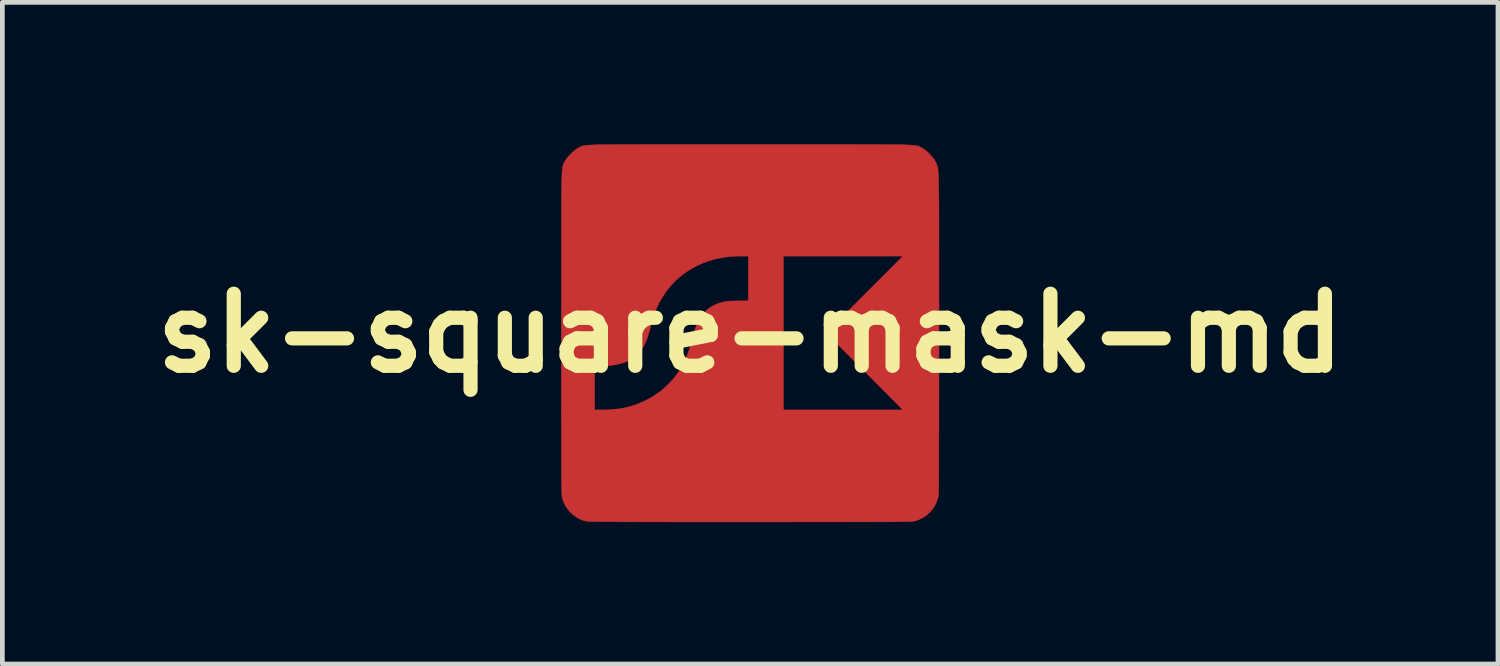
<source format=kicad_pcb>
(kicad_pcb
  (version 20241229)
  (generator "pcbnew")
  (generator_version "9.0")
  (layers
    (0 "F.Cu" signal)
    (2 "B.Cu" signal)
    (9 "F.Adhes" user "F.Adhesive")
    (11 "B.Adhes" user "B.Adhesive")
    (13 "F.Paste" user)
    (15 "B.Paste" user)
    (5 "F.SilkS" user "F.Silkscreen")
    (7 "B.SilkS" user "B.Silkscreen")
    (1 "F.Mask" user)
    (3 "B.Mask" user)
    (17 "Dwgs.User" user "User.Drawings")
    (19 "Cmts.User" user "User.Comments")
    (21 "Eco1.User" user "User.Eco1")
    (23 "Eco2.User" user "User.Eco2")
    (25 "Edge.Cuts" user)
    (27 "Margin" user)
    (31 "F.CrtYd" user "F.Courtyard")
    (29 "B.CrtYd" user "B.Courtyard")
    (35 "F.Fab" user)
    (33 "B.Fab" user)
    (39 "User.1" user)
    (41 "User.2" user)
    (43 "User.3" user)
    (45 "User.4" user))
  (footprint "sk-square-mask-md"
    (layer "F.Cu")
    (at 12.816 3.997)
    (property "Reference" "sk-square-mask-md" (at 0 0 0) (layer "F.SilkS") (effects (font (size 1.524 1.524) (thickness 0.3))))
    (attr through_hole)
    (fp_poly (pts (xy 0.125 -3.992) (xy 0.257 -3.992) (xy 0.389 -3.992) (xy 0.52 -3.992) (xy 0.65 -3.992) (xy 0.779 -3.992) (xy 0.907 -3.992) (xy 1.034 -3.992) (xy 1.159 -3.992) (xy 1.282 -3.992) (xy 1.403 -3.992) (xy 1.522 -3.991) (xy 1.638 -3.991) (xy 1.752 -3.991) (xy 1.862 -3.991) (xy 1.97 -3.991) (xy 2.074 -3.991) (xy 2.175 -3.991) (xy 2.272 -3.991) (xy 2.365 -3.99) (xy 2.453 -3.99) (xy 2.538 -3.99) (xy 2.618 -3.99) (xy 2.693 -3.99) (xy 2.763 -3.989) (xy 2.828 -3.989) (xy 2.888 -3.989) (xy 2.942 -3.989) (xy 2.99 -3.988) (xy 3.032 -3.988) (xy 3.068 -3.988) (xy 3.097 -3.988) (xy 3.12 -3.987) (xy 3.134 -3.987) (xy 3.199 -3.986) (xy 3.257 -3.984) (xy 3.309 -3.982) (xy 3.355 -3.98) (xy 3.395 -3.978) (xy 3.431 -3.975) (xy 3.462 -3.973) (xy 3.489 -3.97) (xy 3.512 -3.966) (xy 3.532 -3.963) (xy 3.544 -3.96) (xy 3.565 -3.953) (xy 3.59 -3.942) (xy 3.618 -3.928) (xy 3.646 -3.911) (xy 3.675 -3.892) (xy 3.699 -3.875) (xy 3.724 -3.855) (xy 3.752 -3.83) (xy 3.781 -3.802) (xy 3.81 -3.772) (xy 3.837 -3.742) (xy 3.861 -3.713) (xy 3.882 -3.686) (xy 3.889 -3.676) (xy 3.902 -3.656) (xy 3.915 -3.633) (xy 3.927 -3.609) (xy 3.939 -3.586) (xy 3.949 -3.564) (xy 3.956 -3.545) (xy 3.958 -3.538) (xy 3.961 -3.525) (xy 3.964 -3.51) (xy 3.967 -3.494) (xy 3.97 -3.477) (xy 3.972 -3.457) (xy 3.974 -3.435) (xy 3.976 -3.41) (xy 3.978 -3.382) (xy 3.98 -3.351) (xy 3.981 -3.316) (xy 3.982 -3.277) (xy 3.984 -3.233) (xy 3.985 -3.184) (xy 3.986 -3.131) (xy 3.987 -3.071) (xy 3.988 -3.006) (xy 3.989 -2.935) (xy 3.99 -2.857) (xy 3.99 -2.82) (xy 3.99 -2.795) (xy 3.991 -2.764) (xy 3.991 -2.726) (xy 3.991 -2.682) (xy 3.991 -2.632) (xy 3.991 -2.577) (xy 3.992 -2.516) (xy 3.992 -2.449) (xy 3.992 -2.378) (xy 3.992 -2.302) (xy 3.992 -2.221) (xy 3.992 -2.136) (xy 3.992 -2.047) (xy 3.992 -1.954) (xy 3.992 -1.856) (xy 3.993 -1.756) (xy 3.993 -1.652) (xy 3.993 -1.544) (xy 3.993 -1.434) (xy 3.993 -1.321) (xy 3.993 -1.206) (xy 3.993 -1.088) (xy 3.993 -0.968) (xy 3.993 -0.846) (xy 3.993 -0.723) (xy 3.993 -0.598) (xy 3.993 -0.472) (xy 3.993 -0.344) (xy 3.993 -0.216) (xy 3.993 -0.087) (xy 3.993 0.042) (xy 3.993 0.172) (xy 3.993 0.301) (xy 3.992 0.431) (xy 3.992 0.56) (xy 3.992 0.688) (xy 3.992 0.816) (xy 3.992 0.943) (xy 3.992 1.068) (xy 3.992 1.192) (xy 3.992 1.314) (xy 3.992 1.435) (xy 3.991 1.554) (xy 3.991 1.67) (xy 3.991 1.783) (xy 3.991 1.895) (xy 3.991 2.003) (xy 3.991 2.108) (xy 3.99 2.21) (xy 3.99 2.308) (xy 3.99 2.403) (xy 3.99 2.493) (xy 3.99 2.58) (xy 3.99 2.662) (xy 3.989 2.739) (xy 3.989 2.812) (xy 3.989 2.88) (xy 3.989 2.943) (xy 3.989 3) (xy 3.988 3.052) (xy 3.988 3.098) (xy 3.988 3.138) (xy 3.988 3.171) (xy 3.987 3.199) (xy 3.987 3.219) (xy 3.987 3.233) (xy 3.986 3.279) (xy 3.985 3.318) (xy 3.983 3.352) (xy 3.982 3.381) (xy 3.981 3.405) (xy 3.979 3.426) (xy 3.978 3.444) (xy 3.975 3.46) (xy 3.973 3.474) (xy 3.97 3.487) (xy 3.966 3.499) (xy 3.962 3.512) (xy 3.96 3.521) (xy 3.934 3.587) (xy 3.903 3.649) (xy 3.866 3.707) (xy 3.824 3.76) (xy 3.777 3.809) (xy 3.725 3.853) (xy 3.669 3.892) (xy 3.608 3.925) (xy 3.544 3.952) (xy 3.518 3.962) (xy 3.504 3.966) (xy 3.49 3.97) (xy 3.476 3.973) (xy 3.462 3.976) (xy 3.446 3.978) (xy 3.428 3.98) (xy 3.407 3.982) (xy 3.382 3.983) (xy 3.352 3.984) (xy 3.317 3.986) (xy 3.277 3.987) (xy 3.266 3.987) (xy 3.248 3.987) (xy 3.224 3.988) (xy 3.193 3.988) (xy 3.155 3.988) (xy 3.112 3.988) (xy 3.063 3.988) (xy 3.008 3.989) (xy 2.948 3.989) (xy 2.883 3.989) (xy 2.812 3.989) (xy 2.737 3.989) (xy 2.657 3.989) (xy 2.573 3.99) (xy 2.485 3.99) (xy 2.393 3.99) (xy 2.297 3.99) (xy 2.197 3.99) (xy 2.095 3.99) (xy 1.989 3.991) (xy 1.88 3.991) (xy 1.768 3.991) (xy 1.654 3.991) (xy 1.537 3.991) (xy 1.419 3.991) (xy 1.298 3.991) (xy 1.176 3.991) (xy 1.052 3.991) (xy 0.927 3.991) (xy 0.801 3.992) (xy 0.674 3.992) (xy 0.547 3.992) (xy 0.418 3.992) (xy 0.29 3.992) (xy 0.162 3.992) (xy 0.034 3.992) (xy -0.094 3.992) (xy -0.222 3.992) (xy -0.348 3.992) (xy -0.474 3.992) (xy -0.598 3.992) (xy -0.721 3.992) (xy -0.842 3.992) (xy -0.962 3.992) (xy -1.079 3.992) (xy -1.195 3.992) (xy -1.307 3.992) (xy -1.418 3.992) (xy -1.525 3.992) (xy -1.629 3.992) (xy -1.731 3.991) (xy -1.828 3.991) (xy -1.922 3.991) (xy -2.012 3.991) (xy -2.098 3.991) (xy -2.18 3.991) (xy -2.257 3.991) (xy -2.33 3.991) (xy -2.398 3.99) (xy -2.46 3.99) (xy -2.518 3.99) (xy -2.569 3.99) (xy -2.615 3.99) (xy -2.621 3.99) (xy -2.714 3.989) (xy -2.801 3.989) (xy -2.88 3.988) (xy -2.954 3.988) (xy -3.022 3.987) (xy -3.083 3.987) (xy -3.14 3.986) (xy -3.191 3.986) (xy -3.237 3.985) (xy -3.278 3.984) (xy -3.315 3.983) (xy -3.347 3.983) (xy -3.376 3.982) (xy -3.401 3.981) (xy -3.422 3.98) (xy -3.441 3.978) (xy -3.456 3.977) (xy -3.469 3.976) (xy -3.479 3.975) (xy -3.487 3.973) (xy -3.491 3.972) (xy -3.551 3.953) (xy -3.61 3.928) (xy -3.666 3.896) (xy -3.72 3.859) (xy -3.771 3.818) (xy -3.817 3.771) (xy -3.859 3.721) (xy -3.896 3.667) (xy -3.928 3.611) (xy -3.954 3.551) (xy -3.959 3.537) (xy -3.963 3.526) (xy -3.966 3.516) (xy -3.969 3.506) (xy -3.971 3.496) (xy -3.974 3.485) (xy -3.976 3.472) (xy -3.978 3.458) (xy -3.979 3.442) (xy -3.981 3.424) (xy -3.982 3.403) (xy -3.983 3.379) (xy -3.984 3.352) (xy -3.985 3.321) (xy -3.986 3.285) (xy -3.986 3.245) (xy -3.987 3.2) (xy -3.988 3.15) (xy -3.988 3.094) (xy -3.989 3.031) (xy -3.99 2.963) (xy -3.99 2.926) (xy -3.99 2.896) (xy -3.991 2.86) (xy -3.991 2.818) (xy -3.991 2.77) (xy -3.991 2.716) (xy -3.991 2.656) (xy -3.991 2.592) (xy -3.992 2.522) (xy -3.992 2.447) (xy -3.992 2.367) (xy -3.992 2.283) (xy -3.992 2.195) (xy -3.992 2.103) (xy -3.992 2.007) (xy -3.993 1.907) (xy -3.993 1.804) (xy -3.993 1.697) (xy -3.993 1.588) (xy -3.993 1.475) (xy -3.993 1.36) (xy -3.993 1.243) (xy -3.993 1.123) (xy -3.993 1.001) (xy -3.993 0.878) (xy -3.993 0.753) (xy -3.993 0.727) (xy -3.291 0.727) (xy -3.291 1.623) (xy -3.158 1.623) (xy -3.125 1.623) (xy -3.091 1.622) (xy -3.058 1.622) (xy -3.026 1.621) (xy -2.998 1.621) (xy -2.975 1.62) (xy -2.962 1.619) (xy -2.845 1.609) (xy -2.729 1.593) (xy -2.616 1.57) (xy -2.505 1.54) (xy -2.397 1.504) (xy -2.291 1.461) (xy -2.188 1.412) (xy -2.088 1.357) (xy -1.991 1.295) (xy -1.898 1.228) (xy -1.845 1.185) (xy -1.825 1.168) (xy -1.801 1.147) (xy -1.775 1.122) (xy -1.748 1.095) (xy -1.72 1.068) (xy -1.693 1.04) (xy -1.669 1.014) (xy -1.647 0.991) (xy -1.632 0.974) (xy -1.572 0.899) (xy -1.516 0.821) (xy -1.465 0.74) (xy -1.418 0.655) (xy -1.375 0.566) (xy -1.336 0.471) (xy -1.299 0.371) (xy -1.296 0.362) (xy -1.289 0.338) (xy -1.282 0.316) (xy -1.275 0.295) (xy -1.269 0.274) (xy -1.262 0.251) (xy -1.255 0.225) (xy -1.247 0.196) (xy -1.238 0.161) (xy -1.229 0.129) (xy -1.213 0.067) (xy -1.195 0.008) (xy -1.178 -0.047) (xy -1.161 -0.096) (xy -1.145 -0.139) (xy -1.14 -0.151) (xy -1.105 -0.227) (xy -1.068 -0.296) (xy -1.028 -0.359) (xy -0.985 -0.416) (xy -0.938 -0.467) (xy -0.888 -0.512) (xy -0.834 -0.552) (xy -0.776 -0.586) (xy -0.715 -0.615) (xy -0.649 -0.638) (xy -0.578 -0.657) (xy -0.54 -0.665) (xy -0.519 -0.668) (xy -0.5 -0.671) (xy -0.481 -0.674) (xy -0.461 -0.676) (xy -0.44 -0.678) (xy -0.416 -0.679) (xy -0.39 -0.681) (xy -0.359 -0.681) (xy -0.324 -0.682) (xy -0.284 -0.683) (xy -0.238 -0.683) (xy -0.227 -0.683) (xy -0.039 -0.685) (xy -0.039 -1.63) (xy 0.702 -1.63) (xy 0.702 1.623) (xy 3.232 1.623) (xy 2.939 1.327) (xy 2.906 1.294) (xy 2.868 1.256) (xy 2.826 1.214) (xy 2.781 1.168) (xy 2.732 1.119) (xy 2.68 1.067) (xy 2.626 1.013) (xy 2.57 0.957) (xy 2.513 0.899) (xy 2.455 0.841) (xy 2.396 0.782) (xy 2.337 0.723) (xy 2.279 0.664) (xy 2.221 0.607) (xy 2.164 0.55) (xy 2.127 0.513) (xy 1.609 -0.005) (xy 2.421 -0.818) (xy 3.233 -1.63) (xy 0.702 -1.63) (xy -0.039 -1.63) (xy -0.167 -1.63) (xy -0.228 -1.63) (xy -0.283 -1.629) (xy -0.334 -1.627) (xy -0.381 -1.624) (xy -0.427 -1.62) (xy -0.472 -1.616) (xy -0.517 -1.61) (xy -0.564 -1.603) (xy -0.575 -1.601) (xy -0.689 -1.58) (xy -0.8 -1.552) (xy -0.909 -1.518) (xy -1.014 -1.478) (xy -1.116 -1.433) (xy -1.214 -1.382) (xy -1.308 -1.325) (xy -1.398 -1.263) (xy -1.484 -1.196) (xy -1.565 -1.124) (xy -1.642 -1.046) (xy -1.672 -1.013) (xy -1.745 -0.925) (xy -1.812 -0.832) (xy -1.873 -0.736) (xy -1.929 -0.636) (xy -1.978 -0.533) (xy -1.979 -0.532) (xy -1.998 -0.486) (xy -2.017 -0.44) (xy -2.034 -0.393) (xy -2.05 -0.344) (xy -2.066 -0.292) (xy -2.082 -0.236) (xy -2.099 -0.176) (xy -2.11 -0.132) (xy -2.127 -0.063) (xy -2.145 -0.000155) (xy -2.162 0.056) (xy -2.178 0.106) (xy -2.195 0.15) (xy -2.205 0.175) (xy -2.238 0.245) (xy -2.274 0.31) (xy -2.314 0.368) (xy -2.357 0.421) (xy -2.405 0.469) (xy -2.456 0.511) (xy -2.513 0.549) (xy -2.574 0.582) (xy -2.64 0.61) (xy -2.712 0.634) (xy -2.767 0.649) (xy -2.788 0.654) (xy -2.808 0.659) (xy -2.829 0.663) (xy -2.851 0.667) (xy -2.874 0.671) (xy -2.901 0.675) (xy -2.931 0.68) (xy -2.965 0.685) (xy -3.004 0.69) (xy -3.048 0.696) (xy -3.097 0.702) (xy -3.131 0.706) (xy -3.164 0.71) (xy -3.194 0.714) (xy -3.22 0.718) (xy -3.242 0.721) (xy -3.26 0.723) (xy -3.272 0.724) (xy -3.278 0.725) (xy -3.291 0.727) (xy -3.993 0.727) (xy -3.993 0.627) (xy -3.993 0.499) (xy -3.993 0.37) (xy -3.993 0.241) (xy -3.993 0.111) (xy -3.993 -0.019) (xy -3.993 -0.149) (xy -3.993 -0.28) (xy -3.993 -0.41) (xy -3.993 -0.539) (xy -3.992 -0.668) (xy -3.992 -0.796) (xy -3.992 -0.923) (xy -3.992 -1.048) (xy -3.992 -1.172) (xy -3.992 -1.294) (xy -3.992 -1.415) (xy -3.992 -1.533) (xy -3.992 -1.649) (xy -3.991 -1.762) (xy -3.991 -1.873) (xy -3.991 -1.98) (xy -3.991 -2.085) (xy -3.991 -2.186) (xy -3.991 -2.283) (xy -3.99 -2.377) (xy -3.99 -2.467) (xy -3.99 -2.552) (xy -3.99 -2.633) (xy -3.99 -2.71) (xy -3.989 -2.781) (xy -3.989 -2.848) (xy -3.989 -2.909) (xy -3.989 -2.965) (xy -3.988 -3.015) (xy -3.988 -3.059) (xy -3.988 -3.098) (xy -3.988 -3.13) (xy -3.987 -3.155) (xy -3.987 -3.174) (xy -3.987 -3.184) (xy -3.985 -3.247) (xy -3.983 -3.304) (xy -3.981 -3.355) (xy -3.978 -3.399) (xy -3.975 -3.438) (xy -3.972 -3.472) (xy -3.968 -3.501) (xy -3.964 -3.526) (xy -3.959 -3.546) (xy -3.955 -3.561) (xy -3.948 -3.578) (xy -3.938 -3.598) (xy -3.925 -3.621) (xy -3.911 -3.645) (xy -3.897 -3.669) (xy -3.883 -3.69) (xy -3.875 -3.701) (xy -3.849 -3.732) (xy -3.82 -3.765) (xy -3.787 -3.799) (xy -3.753 -3.831) (xy -3.72 -3.86) (xy -3.688 -3.884) (xy -3.683 -3.888) (xy -3.666 -3.899) (xy -3.646 -3.911) (xy -3.625 -3.924) (xy -3.603 -3.935) (xy -3.583 -3.945) (xy -3.567 -3.952) (xy -3.561 -3.955) (xy -3.546 -3.959) (xy -3.529 -3.963) (xy -3.509 -3.967) (xy -3.485 -3.97) (xy -3.458 -3.973) (xy -3.427 -3.976) (xy -3.391 -3.978) (xy -3.35 -3.981) (xy -3.304 -3.983) (xy -3.252 -3.984) (xy -3.193 -3.986) (xy -3.152 -3.987) (xy -3.136 -3.987) (xy -3.113 -3.988) (xy -3.084 -3.988) (xy -3.048 -3.988) (xy -3.006 -3.988) (xy -2.957 -3.989) (xy -2.903 -3.989) (xy -2.844 -3.989) (xy -2.779 -3.989) (xy -2.709 -3.99) (xy -2.634 -3.99) (xy -2.554 -3.99) (xy -2.469 -3.99) (xy -2.38 -3.99) (xy -2.287 -3.991) (xy -2.19 -3.991) (xy -2.09 -3.991) (xy -1.986 -3.991) (xy -1.878 -3.991) (xy -1.767 -3.991) (xy -1.654 -3.991) (xy -1.538 -3.991) (xy -1.419 -3.992) (xy -1.298 -3.992) (xy -1.175 -3.992) (xy -1.05 -3.992) (xy -0.923 -3.992) (xy -0.795 -3.992) (xy -0.666 -3.992) (xy -0.535 -3.992) (xy -0.404 -3.992) (xy -0.272 -3.992) (xy -0.14 -3.992) (xy -0.008 -3.992) (xy 0.125 -3.992)) (stroke (width 0.01) (type solid)) (fill yes) (layer "F.Cu"))
    (fp_poly (pts (xy 0.125 -3.992) (xy 0.257 -3.992) (xy 0.389 -3.992) (xy 0.52 -3.992) (xy 0.65 -3.992) (xy 0.779 -3.992) (xy 0.907 -3.992) (xy 1.034 -3.992) (xy 1.159 -3.992) (xy 1.282 -3.992) (xy 1.403 -3.992) (xy 1.522 -3.991) (xy 1.638 -3.991) (xy 1.752 -3.991) (xy 1.862 -3.991) (xy 1.97 -3.991) (xy 2.074 -3.991) (xy 2.175 -3.991) (xy 2.272 -3.991) (xy 2.365 -3.99) (xy 2.453 -3.99) (xy 2.538 -3.99) (xy 2.618 -3.99) (xy 2.693 -3.99) (xy 2.763 -3.989) (xy 2.828 -3.989) (xy 2.888 -3.989) (xy 2.942 -3.989) (xy 2.99 -3.988) (xy 3.032 -3.988) (xy 3.068 -3.988) (xy 3.097 -3.988) (xy 3.12 -3.987) (xy 3.134 -3.987) (xy 3.199 -3.986) (xy 3.257 -3.984) (xy 3.309 -3.982) (xy 3.355 -3.98) (xy 3.395 -3.978) (xy 3.431 -3.975) (xy 3.462 -3.973) (xy 3.489 -3.97) (xy 3.512 -3.966) (xy 3.532 -3.963) (xy 3.544 -3.96) (xy 3.565 -3.953) (xy 3.59 -3.942) (xy 3.618 -3.928) (xy 3.646 -3.911) (xy 3.675 -3.892) (xy 3.699 -3.875) (xy 3.724 -3.855) (xy 3.752 -3.83) (xy 3.781 -3.802) (xy 3.81 -3.772) (xy 3.837 -3.742) (xy 3.861 -3.713) (xy 3.882 -3.686) (xy 3.889 -3.676) (xy 3.902 -3.656) (xy 3.915 -3.633) (xy 3.927 -3.609) (xy 3.939 -3.586) (xy 3.949 -3.564) (xy 3.956 -3.545) (xy 3.958 -3.538) (xy 3.961 -3.525) (xy 3.964 -3.51) (xy 3.967 -3.494) (xy 3.97 -3.477) (xy 3.972 -3.457) (xy 3.974 -3.435) (xy 3.976 -3.41) (xy 3.978 -3.382) (xy 3.98 -3.351) (xy 3.981 -3.316) (xy 3.982 -3.277) (xy 3.984 -3.233) (xy 3.985 -3.184) (xy 3.986 -3.131) (xy 3.987 -3.071) (xy 3.988 -3.006) (xy 3.989 -2.935) (xy 3.99 -2.857) (xy 3.99 -2.82) (xy 3.99 -2.795) (xy 3.991 -2.764) (xy 3.991 -2.726) (xy 3.991 -2.682) (xy 3.991 -2.632) (xy 3.991 -2.577) (xy 3.992 -2.516) (xy 3.992 -2.449) (xy 3.992 -2.378) (xy 3.992 -2.302) (xy 3.992 -2.221) (xy 3.992 -2.136) (xy 3.992 -2.047) (xy 3.992 -1.954) (xy 3.992 -1.856) (xy 3.993 -1.756) (xy 3.993 -1.652) (xy 3.993 -1.544) (xy 3.993 -1.434) (xy 3.993 -1.321) (xy 3.993 -1.206) (xy 3.993 -1.088) (xy 3.993 -0.968) (xy 3.993 -0.846) (xy 3.993 -0.723) (xy 3.993 -0.598) (xy 3.993 -0.472) (xy 3.993 -0.344) (xy 3.993 -0.216) (xy 3.993 -0.087) (xy 3.993 0.042) (xy 3.993 0.172) (xy 3.993 0.301) (xy 3.992 0.431) (xy 3.992 0.56) (xy 3.992 0.688) (xy 3.992 0.816) (xy 3.992 0.943) (xy 3.992 1.068) (xy 3.992 1.192) (xy 3.992 1.314) (xy 3.992 1.435) (xy 3.991 1.554) (xy 3.991 1.67) (xy 3.991 1.783) (xy 3.991 1.895) (xy 3.991 2.003) (xy 3.991 2.108) (xy 3.99 2.21) (xy 3.99 2.308) (xy 3.99 2.403) (xy 3.99 2.493) (xy 3.99 2.58) (xy 3.99 2.662) (xy 3.989 2.739) (xy 3.989 2.812) (xy 3.989 2.88) (xy 3.989 2.943) (xy 3.989 3) (xy 3.988 3.052) (xy 3.988 3.098) (xy 3.988 3.138) (xy 3.988 3.171) (xy 3.987 3.199) (xy 3.987 3.219) (xy 3.987 3.233) (xy 3.986 3.279) (xy 3.985 3.318) (xy 3.983 3.352) (xy 3.982 3.381) (xy 3.981 3.405) (xy 3.979 3.426) (xy 3.978 3.444) (xy 3.975 3.46) (xy 3.973 3.474) (xy 3.97 3.487) (xy 3.966 3.499) (xy 3.962 3.512) (xy 3.96 3.521) (xy 3.934 3.587) (xy 3.903 3.649) (xy 3.866 3.707) (xy 3.824 3.76) (xy 3.777 3.809) (xy 3.725 3.853) (xy 3.669 3.892) (xy 3.608 3.925) (xy 3.544 3.952) (xy 3.518 3.962) (xy 3.504 3.966) (xy 3.49 3.97) (xy 3.476 3.973) (xy 3.462 3.976) (xy 3.446 3.978) (xy 3.428 3.98) (xy 3.407 3.982) (xy 3.382 3.983) (xy 3.352 3.984) (xy 3.317 3.986) (xy 3.277 3.987) (xy 3.266 3.987) (xy 3.248 3.987) (xy 3.224 3.988) (xy 3.193 3.988) (xy 3.155 3.988) (xy 3.112 3.988) (xy 3.063 3.988) (xy 3.008 3.989) (xy 2.948 3.989) (xy 2.883 3.989) (xy 2.812 3.989) (xy 2.737 3.989) (xy 2.657 3.989) (xy 2.573 3.99) (xy 2.485 3.99) (xy 2.393 3.99) (xy 2.297 3.99) (xy 2.197 3.99) (xy 2.095 3.99) (xy 1.989 3.991) (xy 1.88 3.991) (xy 1.768 3.991) (xy 1.654 3.991) (xy 1.537 3.991) (xy 1.419 3.991) (xy 1.298 3.991) (xy 1.176 3.991) (xy 1.052 3.991) (xy 0.927 3.991) (xy 0.801 3.992) (xy 0.674 3.992) (xy 0.547 3.992) (xy 0.418 3.992) (xy 0.29 3.992) (xy 0.162 3.992) (xy 0.034 3.992) (xy -0.094 3.992) (xy -0.222 3.992) (xy -0.348 3.992) (xy -0.474 3.992) (xy -0.598 3.992) (xy -0.721 3.992) (xy -0.842 3.992) (xy -0.962 3.992) (xy -1.079 3.992) (xy -1.195 3.992) (xy -1.307 3.992) (xy -1.418 3.992) (xy -1.525 3.992) (xy -1.629 3.992) (xy -1.731 3.991) (xy -1.828 3.991) (xy -1.922 3.991) (xy -2.012 3.991) (xy -2.098 3.991) (xy -2.18 3.991) (xy -2.257 3.991) (xy -2.33 3.991) (xy -2.398 3.99) (xy -2.46 3.99) (xy -2.518 3.99) (xy -2.569 3.99) (xy -2.615 3.99) (xy -2.621 3.99) (xy -2.714 3.989) (xy -2.801 3.989) (xy -2.88 3.988) (xy -2.954 3.988) (xy -3.022 3.987) (xy -3.083 3.987) (xy -3.14 3.986) (xy -3.191 3.986) (xy -3.237 3.985) (xy -3.278 3.984) (xy -3.315 3.983) (xy -3.347 3.983) (xy -3.376 3.982) (xy -3.401 3.981) (xy -3.422 3.98) (xy -3.441 3.978) (xy -3.456 3.977) (xy -3.469 3.976) (xy -3.479 3.975) (xy -3.487 3.973) (xy -3.491 3.972) (xy -3.551 3.953) (xy -3.61 3.928) (xy -3.666 3.896) (xy -3.72 3.859) (xy -3.771 3.818) (xy -3.817 3.771) (xy -3.859 3.721) (xy -3.896 3.667) (xy -3.928 3.611) (xy -3.954 3.551) (xy -3.959 3.537) (xy -3.963 3.526) (xy -3.966 3.516) (xy -3.969 3.506) (xy -3.971 3.496) (xy -3.974 3.485) (xy -3.976 3.472) (xy -3.978 3.458) (xy -3.979 3.442) (xy -3.981 3.424) (xy -3.982 3.403) (xy -3.983 3.379) (xy -3.984 3.352) (xy -3.985 3.321) (xy -3.986 3.285) (xy -3.986 3.245) (xy -3.987 3.2) (xy -3.988 3.15) (xy -3.988 3.094) (xy -3.989 3.031) (xy -3.99 2.963) (xy -3.99 2.926) (xy -3.99 2.896) (xy -3.991 2.86) (xy -3.991 2.818) (xy -3.991 2.77) (xy -3.991 2.716) (xy -3.991 2.656) (xy -3.991 2.592) (xy -3.992 2.522) (xy -3.992 2.447) (xy -3.992 2.367) (xy -3.992 2.283) (xy -3.992 2.195) (xy -3.992 2.103) (xy -3.992 2.007) (xy -3.993 1.907) (xy -3.993 1.804) (xy -3.993 1.697) (xy -3.993 1.588) (xy -3.993 1.475) (xy -3.993 1.36) (xy -3.993 1.243) (xy -3.993 1.123) (xy -3.993 1.001) (xy -3.993 0.878) (xy -3.993 0.753) (xy -3.993 0.727) (xy -3.291 0.727) (xy -3.291 1.623) (xy -3.158 1.623) (xy -3.125 1.623) (xy -3.091 1.622) (xy -3.058 1.622) (xy -3.026 1.621) (xy -2.998 1.621) (xy -2.975 1.62) (xy -2.962 1.619) (xy -2.845 1.609) (xy -2.729 1.593) (xy -2.616 1.57) (xy -2.505 1.54) (xy -2.397 1.504) (xy -2.291 1.461) (xy -2.188 1.412) (xy -2.088 1.357) (xy -1.991 1.295) (xy -1.898 1.228) (xy -1.845 1.185) (xy -1.825 1.168) (xy -1.801 1.147) (xy -1.775 1.122) (xy -1.748 1.095) (xy -1.72 1.068) (xy -1.693 1.04) (xy -1.669 1.014) (xy -1.647 0.991) (xy -1.632 0.974) (xy -1.572 0.899) (xy -1.516 0.821) (xy -1.465 0.74) (xy -1.418 0.655) (xy -1.375 0.566) (xy -1.336 0.471) (xy -1.299 0.371) (xy -1.296 0.362) (xy -1.289 0.338) (xy -1.282 0.316) (xy -1.275 0.295) (xy -1.269 0.274) (xy -1.262 0.251) (xy -1.255 0.225) (xy -1.247 0.196) (xy -1.238 0.161) (xy -1.229 0.129) (xy -1.213 0.067) (xy -1.195 0.008) (xy -1.178 -0.047) (xy -1.161 -0.096) (xy -1.145 -0.139) (xy -1.14 -0.151) (xy -1.105 -0.227) (xy -1.068 -0.296) (xy -1.028 -0.359) (xy -0.985 -0.416) (xy -0.938 -0.467) (xy -0.888 -0.512) (xy -0.834 -0.552) (xy -0.776 -0.586) (xy -0.715 -0.615) (xy -0.649 -0.638) (xy -0.578 -0.657) (xy -0.54 -0.665) (xy -0.519 -0.668) (xy -0.5 -0.671) (xy -0.481 -0.674) (xy -0.461 -0.676) (xy -0.44 -0.678) (xy -0.416 -0.679) (xy -0.39 -0.681) (xy -0.359 -0.681) (xy -0.324 -0.682) (xy -0.284 -0.683) (xy -0.238 -0.683) (xy -0.227 -0.683) (xy -0.039 -0.685) (xy -0.039 -1.63) (xy 0.702 -1.63) (xy 0.702 1.623) (xy 3.232 1.623) (xy 2.939 1.327) (xy 2.906 1.294) (xy 2.868 1.256) (xy 2.826 1.214) (xy 2.781 1.168) (xy 2.732 1.119) (xy 2.68 1.067) (xy 2.626 1.013) (xy 2.57 0.957) (xy 2.513 0.899) (xy 2.455 0.841) (xy 2.396 0.782) (xy 2.337 0.723) (xy 2.279 0.664) (xy 2.221 0.607) (xy 2.164 0.55) (xy 2.127 0.513) (xy 1.609 -0.005) (xy 2.421 -0.818) (xy 3.233 -1.63) (xy 0.702 -1.63) (xy -0.039 -1.63) (xy -0.167 -1.63) (xy -0.228 -1.63) (xy -0.283 -1.629) (xy -0.334 -1.627) (xy -0.381 -1.624) (xy -0.427 -1.62) (xy -0.472 -1.616) (xy -0.517 -1.61) (xy -0.564 -1.603) (xy -0.575 -1.601) (xy -0.689 -1.58) (xy -0.8 -1.552) (xy -0.909 -1.518) (xy -1.014 -1.478) (xy -1.116 -1.433) (xy -1.214 -1.382) (xy -1.308 -1.325) (xy -1.398 -1.263) (xy -1.484 -1.196) (xy -1.565 -1.124) (xy -1.642 -1.046) (xy -1.672 -1.013) (xy -1.745 -0.925) (xy -1.812 -0.832) (xy -1.873 -0.736) (xy -1.929 -0.636) (xy -1.978 -0.533) (xy -1.979 -0.532) (xy -1.998 -0.486) (xy -2.017 -0.44) (xy -2.034 -0.393) (xy -2.05 -0.344) (xy -2.066 -0.292) (xy -2.082 -0.236) (xy -2.099 -0.176) (xy -2.11 -0.132) (xy -2.127 -0.063) (xy -2.145 -0.000155) (xy -2.162 0.056) (xy -2.178 0.106) (xy -2.195 0.15) (xy -2.205 0.175) (xy -2.238 0.245) (xy -2.274 0.31) (xy -2.314 0.368) (xy -2.357 0.421) (xy -2.405 0.469) (xy -2.456 0.511) (xy -2.513 0.549) (xy -2.574 0.582) (xy -2.64 0.61) (xy -2.712 0.634) (xy -2.767 0.649) (xy -2.788 0.654) (xy -2.808 0.659) (xy -2.829 0.663) (xy -2.851 0.667) (xy -2.874 0.671) (xy -2.901 0.675) (xy -2.931 0.68) (xy -2.965 0.685) (xy -3.004 0.69) (xy -3.048 0.696) (xy -3.097 0.702) (xy -3.131 0.706) (xy -3.164 0.71) (xy -3.194 0.714) (xy -3.22 0.718) (xy -3.242 0.721) (xy -3.26 0.723) (xy -3.272 0.724) (xy -3.278 0.725) (xy -3.291 0.727) (xy -3.993 0.727) (xy -3.993 0.627) (xy -3.993 0.499) (xy -3.993 0.37) (xy -3.993 0.241) (xy -3.993 0.111) (xy -3.993 -0.019) (xy -3.993 -0.149) (xy -3.993 -0.28) (xy -3.993 -0.41) (xy -3.993 -0.539) (xy -3.992 -0.668) (xy -3.992 -0.796) (xy -3.992 -0.923) (xy -3.992 -1.048) (xy -3.992 -1.172) (xy -3.992 -1.294) (xy -3.992 -1.415) (xy -3.992 -1.533) (xy -3.992 -1.649) (xy -3.991 -1.762) (xy -3.991 -1.873) (xy -3.991 -1.98) (xy -3.991 -2.085) (xy -3.991 -2.186) (xy -3.991 -2.283) (xy -3.99 -2.377) (xy -3.99 -2.467) (xy -3.99 -2.552) (xy -3.99 -2.633) (xy -3.99 -2.71) (xy -3.989 -2.781) (xy -3.989 -2.848) (xy -3.989 -2.909) (xy -3.989 -2.965) (xy -3.988 -3.015) (xy -3.988 -3.059) (xy -3.988 -3.098) (xy -3.988 -3.13) (xy -3.987 -3.155) (xy -3.987 -3.174) (xy -3.987 -3.184) (xy -3.985 -3.247) (xy -3.983 -3.304) (xy -3.981 -3.355) (xy -3.978 -3.399) (xy -3.975 -3.438) (xy -3.972 -3.472) (xy -3.968 -3.501) (xy -3.964 -3.526) (xy -3.959 -3.546) (xy -3.955 -3.561) (xy -3.948 -3.578) (xy -3.938 -3.598) (xy -3.925 -3.621) (xy -3.911 -3.645) (xy -3.897 -3.669) (xy -3.883 -3.69) (xy -3.875 -3.701) (xy -3.849 -3.732) (xy -3.82 -3.765) (xy -3.787 -3.799) (xy -3.753 -3.831) (xy -3.72 -3.86) (xy -3.688 -3.884) (xy -3.683 -3.888) (xy -3.666 -3.899) (xy -3.646 -3.911) (xy -3.625 -3.924) (xy -3.603 -3.935) (xy -3.583 -3.945) (xy -3.567 -3.952) (xy -3.561 -3.955) (xy -3.546 -3.959) (xy -3.529 -3.963) (xy -3.509 -3.967) (xy -3.485 -3.97) (xy -3.458 -3.973) (xy -3.427 -3.976) (xy -3.391 -3.978) (xy -3.35 -3.981) (xy -3.304 -3.983) (xy -3.252 -3.984) (xy -3.193 -3.986) (xy -3.152 -3.987) (xy -3.136 -3.987) (xy -3.113 -3.988) (xy -3.084 -3.988) (xy -3.048 -3.988) (xy -3.006 -3.988) (xy -2.957 -3.989) (xy -2.903 -3.989) (xy -2.844 -3.989) (xy -2.779 -3.989) (xy -2.709 -3.99) (xy -2.634 -3.99) (xy -2.554 -3.99) (xy -2.469 -3.99) (xy -2.38 -3.99) (xy -2.287 -3.991) (xy -2.19 -3.991) (xy -2.09 -3.991) (xy -1.986 -3.991) (xy -1.878 -3.991) (xy -1.767 -3.991) (xy -1.654 -3.991) (xy -1.538 -3.991) (xy -1.419 -3.992) (xy -1.298 -3.992) (xy -1.175 -3.992) (xy -1.05 -3.992) (xy -0.923 -3.992) (xy -0.795 -3.992) (xy -0.666 -3.992) (xy -0.535 -3.992) (xy -0.404 -3.992) (xy -0.272 -3.992) (xy -0.14 -3.992) (xy -0.008 -3.992) (xy 0.125 -3.992)) (stroke (width 0.01) (type solid)) (fill yes) (layer "F.Mask")))
  (gr_rect
    (start -3 -3)
    (end 28.632 10.994)
    (stroke (width 0.1) (type default))
    (fill no)
    (layer "Edge.Cuts")))
</source>
